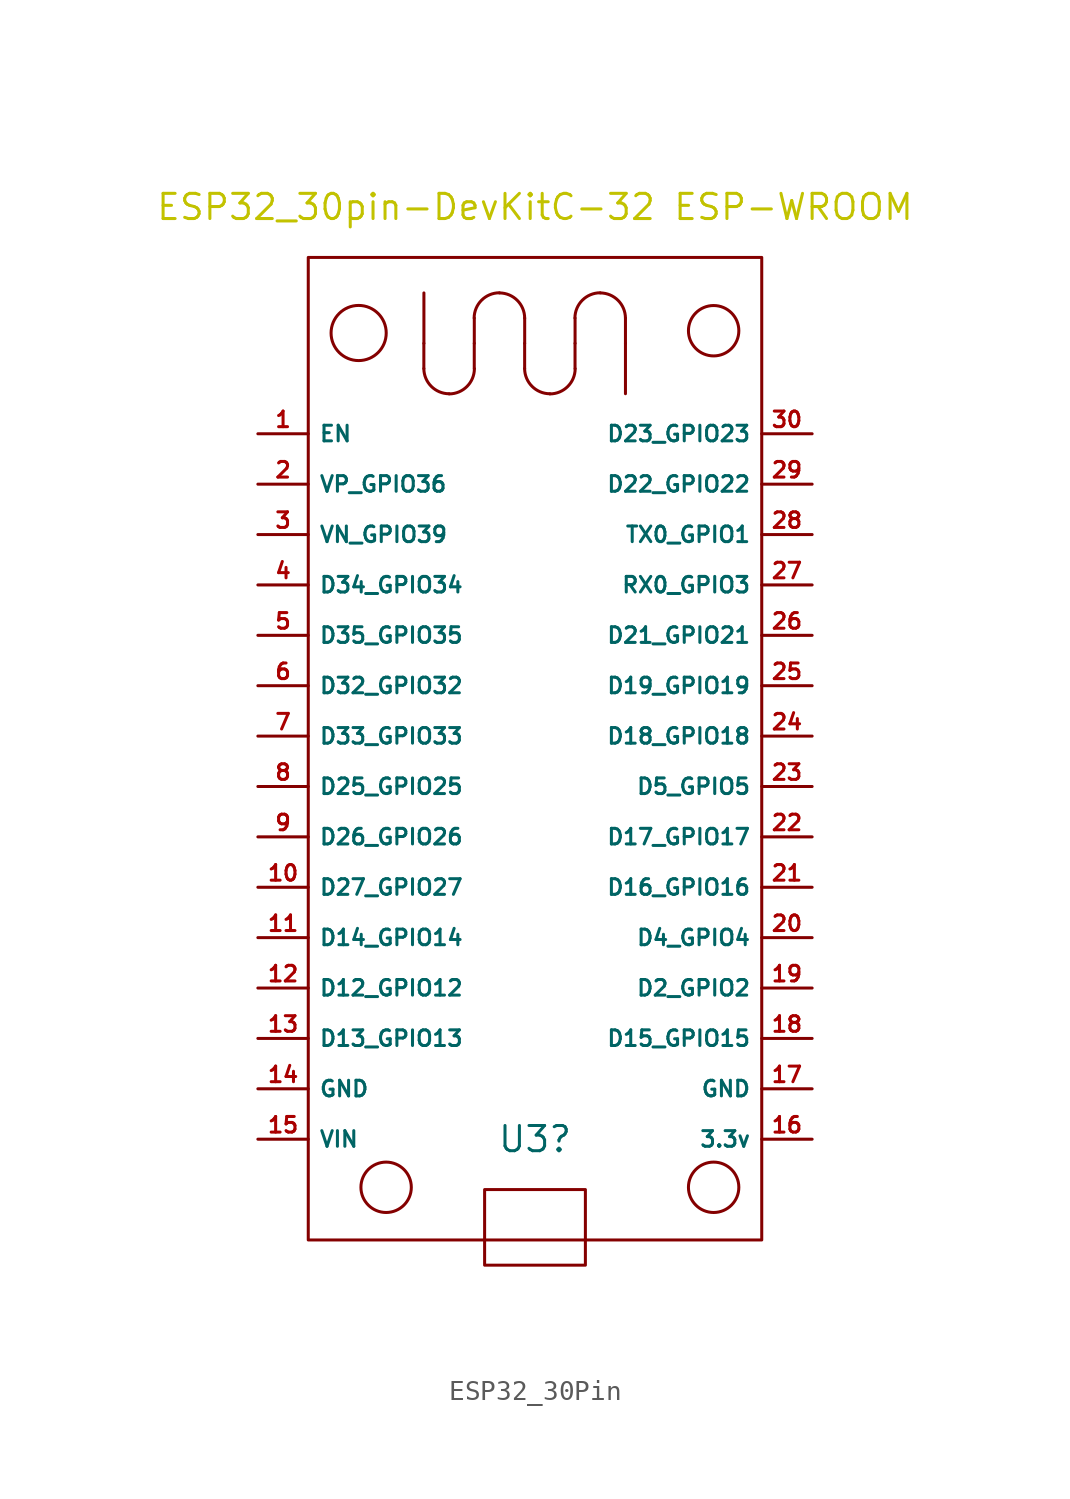
<source format=kicad_sym>
(kicad_symbol_lib
  (version 20241209)
  (generator "kicad_symbol_editor")
  (generator_version "9.0")
  (symbol "ESP32_30Pin"
    (property "Reference" "U3"
      (at 0 -17.78 0)
      (effects (font (size 1.27 1.27))))
    (property "Value" ""
      (at 0.75 29.21 0)
      (effects (font (size 1.27 1.27))))
    (property "Footprint" "ESP32_30pin-DevKitC-32 ESP-WROOM"
      (at 0 29.21 0)
      (effects (font (size 1.27 1.27) (color 194 194 0 1))))
    (symbol "ESP32_30Pin_0_1"
      (rectangle (start -11.43 26.67) (end 11.43 -22.86) (stroke (width 0) (type default)) (fill (type none)))
      (circle (center -8.89 22.86) (radius 1.39) (stroke (width 0) (type default)) (fill (type none)))
      (circle (center -7.505 -20.205) (radius 1.27) (stroke (width 0) (type default)) (fill (type none)))
      (polyline (pts (xy -5.603 21.067) (xy -5.603 22.337)) (stroke (width 0) (type default)) (fill (type none)))
      (polyline (pts (xy -5.6 22.34) (xy -5.6 24.88)) (stroke (width 0) (type default)) (fill (type none)))
      (arc (start -3.055 21.06) (mid -3.4292 20.1642) (end -4.325 19.79) (stroke (width 0) (type default)) (fill (type none)))
      (arc (start -4.3325 19.7975) (mid -5.2298 20.1702) (end -5.6025 21.0675) (stroke (width 0) (type default)) (fill (type none)))
      (polyline (pts (xy -3.062 21.067) (xy -3.062 22.337)) (stroke (width 0) (type default)) (fill (type none)))
      (polyline (pts (xy -3.06 23.61) (xy -3.06 22.34)) (stroke (width 0) (type default)) (fill (type none)))
      (rectangle (start -2.54 -20.32) (end 2.54 -24.13) (stroke (width 0) (type default)) (fill (type none)))
      (arc (start -1.79 24.88) (mid -0.8927 24.5073) (end -0.52 23.61) (stroke (width 0) (type default)) (fill (type none)))
      (arc (start -3.0675 23.6175) (mid -2.6933 24.5133) (end -1.7975 24.8875) (stroke (width 0) (type default)) (fill (type none)))
      (polyline (pts (xy -0.522 21.067) (xy -0.522 22.337)) (stroke (width 0) (type default)) (fill (type none)))
      (polyline (pts (xy -0.52 23.61) (xy -0.52 22.34)) (stroke (width 0) (type default)) (fill (type none)))
      (arc (start 2.025 21.06) (mid 1.6508 20.1642) (end 0.755 19.79) (stroke (width 0) (type default)) (fill (type none)))
      (arc (start 0.7475 19.7975) (mid -0.1498 20.1702) (end -0.5225 21.0675) (stroke (width 0) (type default)) (fill (type none)))
      (polyline (pts (xy 2.018 21.067) (xy 2.018 22.337)) (stroke (width 0) (type default)) (fill (type none)))
      (polyline (pts (xy 2.02 23.61) (xy 2.02 22.34)) (stroke (width 0) (type default)) (fill (type none)))
      (arc (start 3.29 24.88) (mid 4.1873 24.5073) (end 4.56 23.61) (stroke (width 0) (type default)) (fill (type none)))
      (arc (start 2.0125 23.6175) (mid 2.3867 24.5133) (end 3.2825 24.8875) (stroke (width 0) (type default)) (fill (type none)))
      (polyline (pts (xy 4.56 23.61) (xy 4.56 22.34)) (stroke (width 0) (type default)) (fill (type none)))
      (polyline (pts (xy 4.56 22.34) (xy 4.56 19.8)) (stroke (width 0) (type default)) (fill (type none)))
      (circle (center 9.005 22.975) (radius 1.27) (stroke (width 0) (type default)) (fill (type none)))
      (circle (center 9.005 -20.205) (radius 1.27) (stroke (width 0) (type default)) (fill (type none))))
    (symbol "ESP32_30Pin_1_1"
      (pin bidirectional line (at -13.97 17.78 0) (length 2.54) (name "EN" (effects (font (size 0.787 0.787)))) (number "1" (effects (font (size 0.787 0.787)))))
      (pin bidirectional line (at -13.97 15.24 0) (length 2.54) (name "VP_GPIO36" (effects (font (size 0.787 0.787)))) (number "2" (effects (font (size 0.787 0.787)))))
      (pin bidirectional line (at -13.97 12.7 0) (length 2.54) (name "VN_GPIO39" (effects (font (size 0.787 0.787)))) (number "3" (effects (font (size 0.787 0.787)))))
      (pin bidirectional line (at -13.97 10.16 0) (length 2.54) (name "D34_GPIO34" (effects (font (size 0.787 0.787)))) (number "4" (effects (font (size 0.787 0.787)))))
      (pin bidirectional line (at -13.97 7.62 0) (length 2.54) (name "D35_GPIO35" (effects (font (size 0.787 0.787)))) (number "5" (effects (font (size 0.787 0.787)))))
      (pin bidirectional line (at -13.97 5.08 0) (length 2.54) (name "D32_GPIO32" (effects (font (size 0.787 0.787)))) (number "6" (effects (font (size 0.787 0.787)))))
      (pin bidirectional line (at -13.97 2.54 0) (length 2.54) (name "D33_GPIO33" (effects (font (size 0.787 0.787)))) (number "7" (effects (font (size 0.787 0.787)))))
      (pin bidirectional line (at -13.97 0 0) (length 2.54) (name "D25_GPIO25" (effects (font (size 0.787 0.787)))) (number "8" (effects (font (size 0.787 0.787)))))
      (pin bidirectional line (at -13.97 -2.54 0) (length 2.54) (name "D26_GPIO26" (effects (font (size 0.787 0.787)))) (number "9" (effects (font (size 0.787 0.787)))))
      (pin bidirectional line (at -13.97 -5.08 0) (length 2.54) (name "D27_GPIO27" (effects (font (size 0.787 0.787)))) (number "10" (effects (font (size 0.787 0.787)))))
      (pin bidirectional line (at -13.97 -7.62 0) (length 2.54) (name "D14_GPIO14" (effects (font (size 0.787 0.787)))) (number "11" (effects (font (size 0.787 0.787)))))
      (pin bidirectional line (at -13.97 -10.16 0) (length 2.54) (name "D12_GPIO12" (effects (font (size 0.787 0.787)))) (number "12" (effects (font (size 0.787 0.787)))))
      (pin bidirectional line (at -13.97 -12.7 0) (length 2.54) (name "D13_GPIO13" (effects (font (size 0.787 0.787)))) (number "13" (effects (font (size 0.787 0.787)))))
      (pin power_in line (at -13.97 -15.24 0) (length 2.54) (name "GND" (effects (font (size 0.787 0.787)))) (number "14" (effects (font (size 0.787 0.787)))))
      (pin power_in line (at -13.97 -17.78 0) (length 2.54) (name "VIN" (effects (font (size 0.787 0.787)))) (number "15" (effects (font (size 0.787 0.787)))))
      (pin bidirectional line (at 13.97 17.78 180) (length 2.54) (name "D23_GPIO23" (effects (font (size 0.787 0.787)))) (number "30" (effects (font (size 0.787 0.787)))))
      (pin bidirectional line (at 13.97 15.24 180) (length 2.54) (name "D22_GPIO22" (effects (font (size 0.787 0.787)))) (number "29" (effects (font (size 0.787 0.787)))))
      (pin bidirectional line (at 13.97 12.7 180) (length 2.54) (name "TX0_GPIO1" (effects (font (size 0.787 0.787)))) (number "28" (effects (font (size 0.787 0.787)))))
      (pin bidirectional line (at 13.97 10.16 180) (length 2.54) (name "RX0_GPIO3" (effects (font (size 0.787 0.787)))) (number "27" (effects (font (size 0.787 0.787)))))
      (pin bidirectional line (at 13.97 7.62 180) (length 2.54) (name "D21_GPIO21" (effects (font (size 0.787 0.787)))) (number "26" (effects (font (size 0.787 0.787)))))
      (pin bidirectional line (at 13.97 5.08 180) (length 2.54) (name "D19_GPIO19" (effects (font (size 0.787 0.787)))) (number "25" (effects (font (size 0.787 0.787)))))
      (pin bidirectional line (at 13.97 2.54 180) (length 2.54) (name "D18_GPIO18" (effects (font (size 0.787 0.787)))) (number "24" (effects (font (size 0.787 0.787)))))
      (pin bidirectional line (at 13.97 0 180) (length 2.54) (name "D5_GPIO5" (effects (font (size 0.787 0.787)))) (number "23" (effects (font (size 0.787 0.787)))))
      (pin bidirectional line (at 13.97 -2.54 180) (length 2.54) (name "D17_GPIO17" (effects (font (size 0.787 0.787)))) (number "22" (effects (font (size 0.787 0.787)))))
      (pin bidirectional line (at 13.97 -5.08 180) (length 2.54) (name "D16_GPIO16" (effects (font (size 0.787 0.787)))) (number "21" (effects (font (size 0.787 0.787)))))
      (pin bidirectional line (at 13.97 -7.62 180) (length 2.54) (name "D4_GPIO4" (effects (font (size 0.787 0.787)))) (number "20" (effects (font (size 0.787 0.787)))))
      (pin bidirectional line (at 13.97 -10.16 180) (length 2.54) (name "D2_GPIO2" (effects (font (size 0.787 0.787)))) (number "19" (effects (font (size 0.787 0.787)))))
      (pin bidirectional line (at 13.97 -12.7 180) (length 2.54) (name "D15_GPIO15" (effects (font (size 0.787 0.787)))) (number "18" (effects (font (size 0.787 0.787)))))
      (pin power_in line (at 13.97 -15.24 180) (length 2.54) (name "GND" (effects (font (size 0.787 0.787)))) (number "17" (effects (font (size 0.787 0.787)))))
      (pin power_in line (at 13.97 -17.78 180) (length 2.54) (name "3.3v" (effects (font (size 0.787 0.787)))) (number "16" (effects (font (size 0.787 0.787))))))))
</source>
